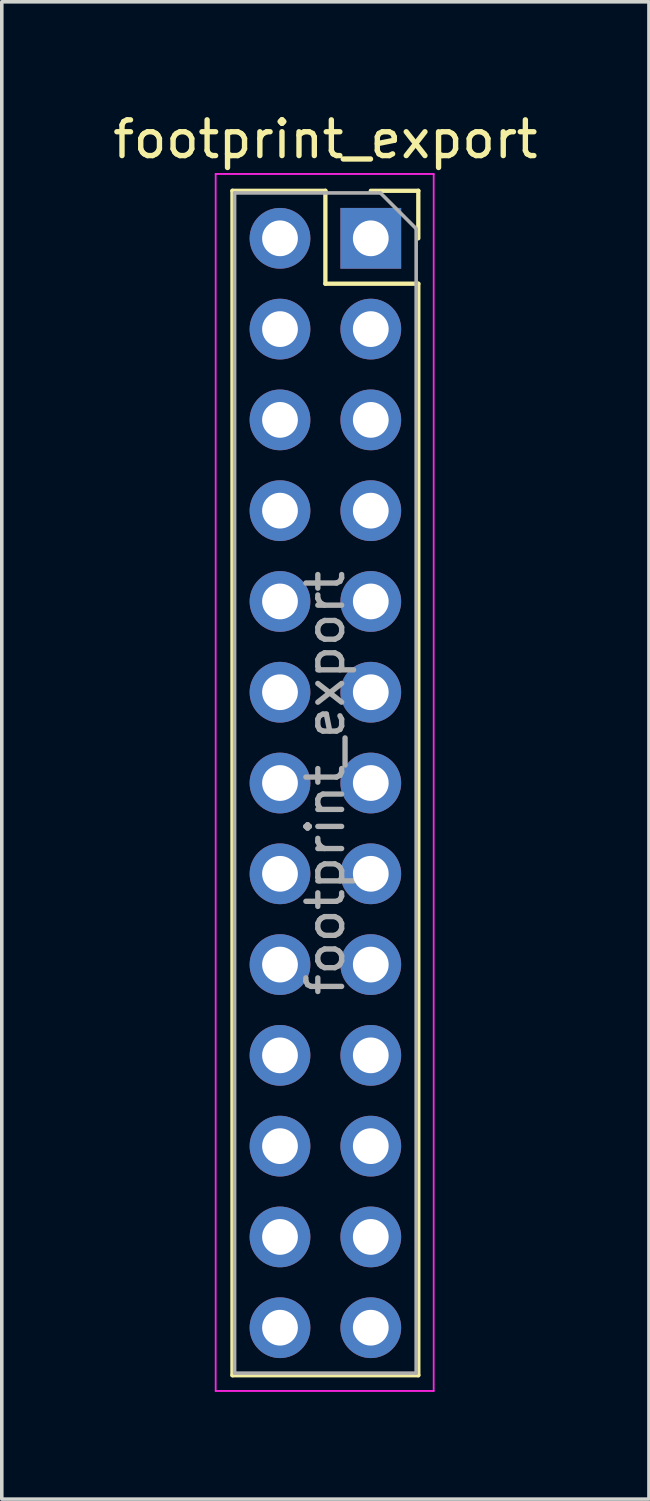
<source format=kicad_pcb>
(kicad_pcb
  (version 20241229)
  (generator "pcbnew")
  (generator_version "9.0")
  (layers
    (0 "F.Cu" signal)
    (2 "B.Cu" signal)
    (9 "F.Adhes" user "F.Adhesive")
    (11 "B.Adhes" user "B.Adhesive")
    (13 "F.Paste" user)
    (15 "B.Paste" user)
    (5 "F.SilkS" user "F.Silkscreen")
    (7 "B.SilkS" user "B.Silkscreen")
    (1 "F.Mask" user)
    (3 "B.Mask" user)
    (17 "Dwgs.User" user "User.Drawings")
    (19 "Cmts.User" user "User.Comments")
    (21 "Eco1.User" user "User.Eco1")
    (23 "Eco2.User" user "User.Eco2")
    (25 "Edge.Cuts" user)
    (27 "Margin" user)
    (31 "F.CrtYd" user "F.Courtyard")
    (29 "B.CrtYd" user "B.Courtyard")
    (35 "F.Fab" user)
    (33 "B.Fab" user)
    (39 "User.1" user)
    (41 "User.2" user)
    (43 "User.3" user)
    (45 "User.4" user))
  (footprint "footprint_export"
    (layer "F.Cu")
    (at 7.324 3.618)
    (property "Reference" "footprint_export" (at -1.27 -2.77 0) (layer "F.SilkS") (effects (font (size 1 1) (thickness 0.15))))
    (attr through_hole)
    (fp_line (start -3.87 -1.33) (end -3.87 31.81) (stroke (width 0.12) (type solid)) (layer "F.SilkS"))
    (fp_line (start -3.87 -1.33) (end -1.27 -1.33) (stroke (width 0.12) (type solid)) (layer "F.SilkS"))
    (fp_line (start -3.87 31.81) (end 1.33 31.81) (stroke (width 0.12) (type solid)) (layer "F.SilkS"))
    (fp_line (start -1.27 -1.33) (end -1.27 1.27) (stroke (width 0.12) (type solid)) (layer "F.SilkS"))
    (fp_line (start -1.27 1.27) (end 1.33 1.27) (stroke (width 0.12) (type solid)) (layer "F.SilkS"))
    (fp_line (start 0 -1.33) (end 1.33 -1.33) (stroke (width 0.12) (type solid)) (layer "F.SilkS"))
    (fp_line (start 1.33 -1.33) (end 1.33 0) (stroke (width 0.12) (type solid)) (layer "F.SilkS"))
    (fp_line (start 1.33 1.27) (end 1.33 31.81) (stroke (width 0.12) (type solid)) (layer "F.SilkS"))
    (fp_line (start -4.34 -1.8) (end 1.76 -1.8) (stroke (width 0.05) (type solid)) (layer "F.CrtYd"))
    (fp_line (start -4.34 32.25) (end -4.34 -1.8) (stroke (width 0.05) (type solid)) (layer "F.CrtYd"))
    (fp_line (start 1.76 -1.8) (end 1.76 32.25) (stroke (width 0.05) (type solid)) (layer "F.CrtYd"))
    (fp_line (start 1.76 32.25) (end -4.34 32.25) (stroke (width 0.05) (type solid)) (layer "F.CrtYd"))
    (fp_line (start -3.81 -1.27) (end 0.27 -1.27) (stroke (width 0.1) (type solid)) (layer "F.Fab"))
    (fp_line (start -3.81 31.75) (end -3.81 -1.27) (stroke (width 0.1) (type solid)) (layer "F.Fab"))
    (fp_line (start 0.27 -1.27) (end 1.27 -0.27) (stroke (width 0.1) (type solid)) (layer "F.Fab"))
    (fp_line (start 1.27 -0.27) (end 1.27 31.75) (stroke (width 0.1) (type solid)) (layer "F.Fab"))
    (fp_line (start 1.27 31.75) (end -3.81 31.75) (stroke (width 0.1) (type solid)) (layer "F.Fab"))
    (fp_text user "${REFERENCE}" (at -1.27 15.24 90) (layer "F.Fab") (effects (font (size 1 1) (thickness 0.15))))
    (pad "1" thru_hole rect (at 0 0) (size 1.7 1.7) (drill 1) (layers "*.Cu" "*.Mask"))
    (pad "2" thru_hole oval (at -2.54 0) (size 1.7 1.7) (drill 1) (layers "*.Cu" "*.Mask"))
    (pad "3" thru_hole oval (at 0 2.54) (size 1.7 1.7) (drill 1) (layers "*.Cu" "*.Mask"))
    (pad "4" thru_hole oval (at -2.54 2.54) (size 1.7 1.7) (drill 1) (layers "*.Cu" "*.Mask"))
    (pad "5" thru_hole oval (at 0 5.08) (size 1.7 1.7) (drill 1) (layers "*.Cu" "*.Mask"))
    (pad "6" thru_hole oval (at -2.54 5.08) (size 1.7 1.7) (drill 1) (layers "*.Cu" "*.Mask"))
    (pad "7" thru_hole oval (at 0 7.62) (size 1.7 1.7) (drill 1) (layers "*.Cu" "*.Mask"))
    (pad "8" thru_hole oval (at -2.54 7.62) (size 1.7 1.7) (drill 1) (layers "*.Cu" "*.Mask"))
    (pad "9" thru_hole oval (at 0 10.16) (size 1.7 1.7) (drill 1) (layers "*.Cu" "*.Mask"))
    (pad "10" thru_hole oval (at -2.54 10.16) (size 1.7 1.7) (drill 1) (layers "*.Cu" "*.Mask"))
    (pad "11" thru_hole oval (at 0 12.7) (size 1.7 1.7) (drill 1) (layers "*.Cu" "*.Mask"))
    (pad "12" thru_hole oval (at -2.54 12.7) (size 1.7 1.7) (drill 1) (layers "*.Cu" "*.Mask"))
    (pad "13" thru_hole oval (at 0 15.24) (size 1.7 1.7) (drill 1) (layers "*.Cu" "*.Mask"))
    (pad "14" thru_hole oval (at -2.54 15.24) (size 1.7 1.7) (drill 1) (layers "*.Cu" "*.Mask"))
    (pad "15" thru_hole oval (at 0 17.78) (size 1.7 1.7) (drill 1) (layers "*.Cu" "*.Mask"))
    (pad "16" thru_hole oval (at -2.54 17.78) (size 1.7 1.7) (drill 1) (layers "*.Cu" "*.Mask"))
    (pad "17" thru_hole oval (at 0 20.32) (size 1.7 1.7) (drill 1) (layers "*.Cu" "*.Mask"))
    (pad "18" thru_hole oval (at -2.54 20.32) (size 1.7 1.7) (drill 1) (layers "*.Cu" "*.Mask"))
    (pad "19" thru_hole oval (at 0 22.86) (size 1.7 1.7) (drill 1) (layers "*.Cu" "*.Mask"))
    (pad "20" thru_hole oval (at -2.54 22.86) (size 1.7 1.7) (drill 1) (layers "*.Cu" "*.Mask"))
    (pad "21" thru_hole oval (at 0 25.4) (size 1.7 1.7) (drill 1) (layers "*.Cu" "*.Mask"))
    (pad "22" thru_hole oval (at -2.54 25.4) (size 1.7 1.7) (drill 1) (layers "*.Cu" "*.Mask"))
    (pad "23" thru_hole oval (at 0 27.94) (size 1.7 1.7) (drill 1) (layers "*.Cu" "*.Mask"))
    (pad "24" thru_hole oval (at -2.54 27.94) (size 1.7 1.7) (drill 1) (layers "*.Cu" "*.Mask"))
    (pad "25" thru_hole oval (at 0 30.48) (size 1.7 1.7) (drill 1) (layers "*.Cu" "*.Mask"))
    (pad "26" thru_hole oval (at -2.54 30.48) (size 1.7 1.7) (drill 1) (layers "*.Cu" "*.Mask")))
  (gr_rect
    (start -3 -3)
    (end 15.107 38.893)
    (stroke (width 0.1) (type default))
    (fill no)
    (layer "Edge.Cuts")))
</source>
